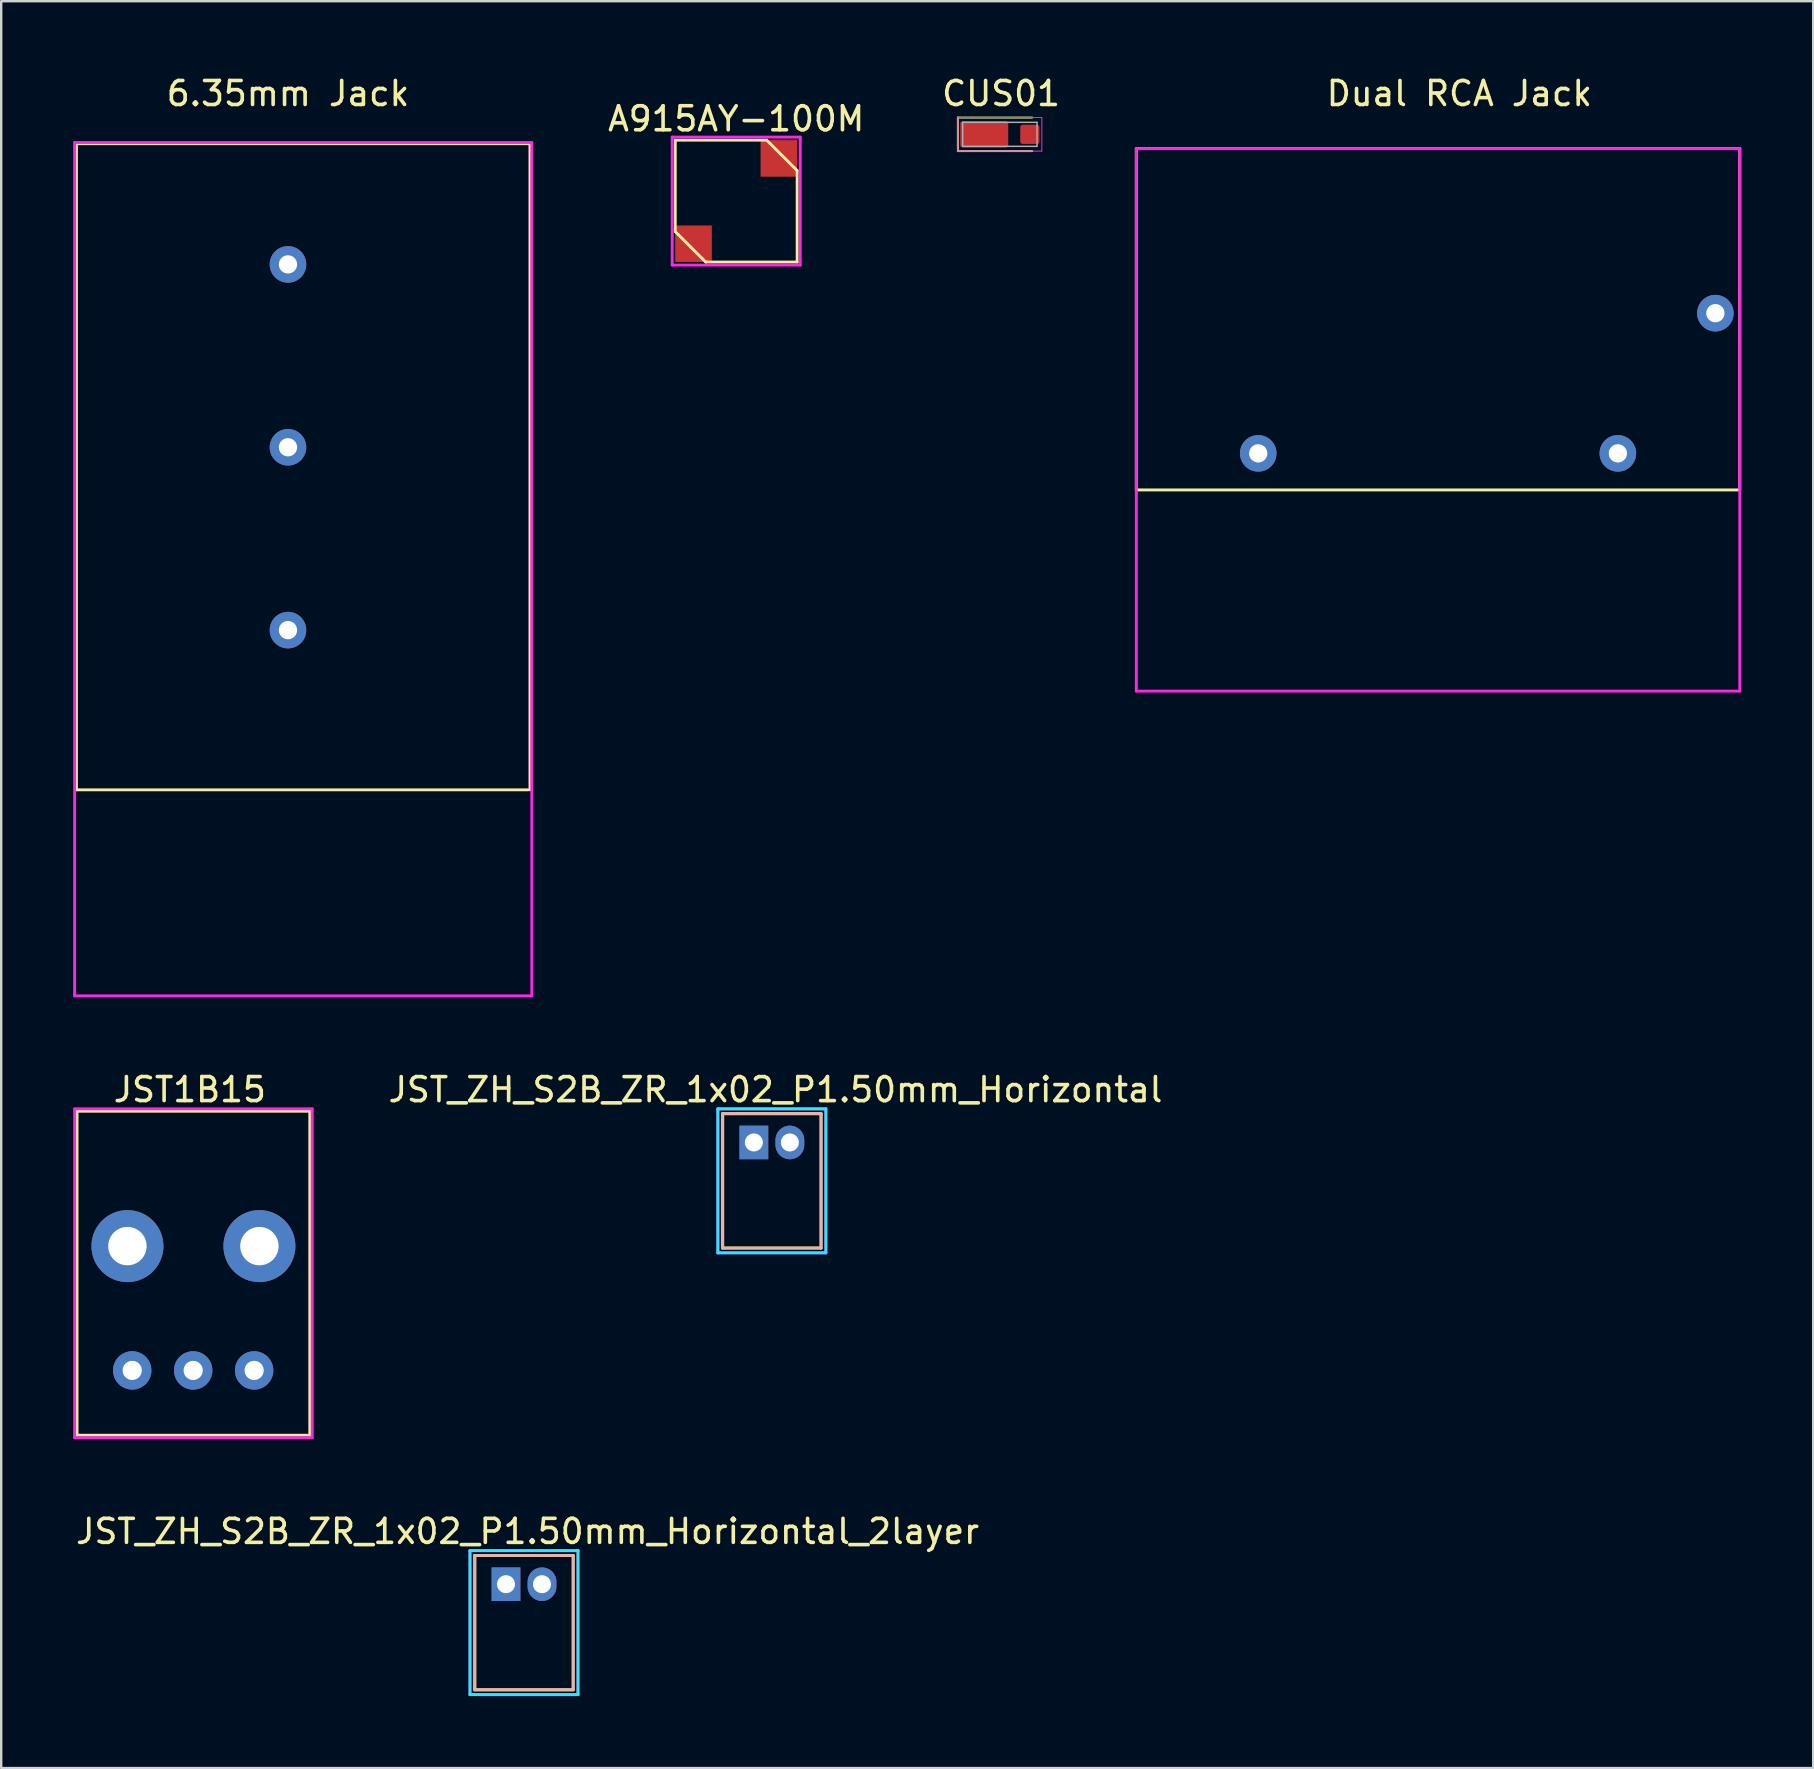
<source format=kicad_pcb>
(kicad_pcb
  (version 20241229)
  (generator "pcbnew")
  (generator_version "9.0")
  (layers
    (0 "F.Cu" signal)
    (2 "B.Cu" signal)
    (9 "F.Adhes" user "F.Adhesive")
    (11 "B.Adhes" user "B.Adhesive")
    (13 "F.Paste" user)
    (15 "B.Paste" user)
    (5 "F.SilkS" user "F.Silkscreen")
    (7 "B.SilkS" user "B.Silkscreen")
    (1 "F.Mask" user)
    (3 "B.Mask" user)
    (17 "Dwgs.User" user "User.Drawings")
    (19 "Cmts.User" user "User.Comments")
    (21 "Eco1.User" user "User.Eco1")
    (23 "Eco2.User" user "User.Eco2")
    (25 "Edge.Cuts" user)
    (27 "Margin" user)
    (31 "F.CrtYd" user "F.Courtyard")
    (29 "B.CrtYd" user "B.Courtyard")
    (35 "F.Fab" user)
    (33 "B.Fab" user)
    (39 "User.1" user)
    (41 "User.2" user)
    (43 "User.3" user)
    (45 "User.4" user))
  (footprint "6.35mm Jack"
    (layer "F.Cu")
    (at 8.95 0.348)
    (property "Reference" "6.35mm Jack" (at 0 0.5 0) (layer "F.SilkS") (effects (font (size 1 1) (thickness 0.15))))
    (attr through_hole)
    (fp_line (start -8.814 29.515) (end -8.814 2.591) (stroke (width 0.12) (type solid)) (layer "F.SilkS"))
    (fp_line (start -8.763 2.591) (end 10.033 2.591) (stroke (width 0.12) (type solid)) (layer "F.SilkS"))
    (fp_line (start 10.008 29.515) (end -8.788 29.515) (stroke (width 0.12) (type solid)) (layer "F.SilkS"))
    (fp_line (start 10.084 2.591) (end 10.084 29.515) (stroke (width 0.12) (type solid)) (layer "F.SilkS"))
    (fp_line (start -8.89 2.54) (end -8.89 38.1) (stroke (width 0.12) (type solid)) (layer "F.CrtYd"))
    (fp_line (start -8.89 38.1) (end 10.16 38.1) (stroke (width 0.12) (type solid)) (layer "F.CrtYd"))
    (fp_line (start 10.16 2.54) (end -8.89 2.54) (stroke (width 0.12) (type solid)) (layer "F.CrtYd"))
    (fp_line (start 10.16 38.1) (end 10.16 2.54) (stroke (width 0.12) (type solid)) (layer "F.CrtYd"))
    (pad "R" thru_hole circle (at 0 15.24) (size 1.524 1.524) (drill 0.762) (layers "*.Cu" "*.Mask"))
    (pad "S" thru_hole circle (at 0 22.86) (size 1.524 1.524) (drill 0.762) (layers "*.Cu" "*.Mask"))
    (pad "T" thru_hole circle (at 0 7.62) (size 1.524 1.524) (drill 0.762) (layers "*.Cu" "*.Mask")))
  (footprint "CUS01"
    (layer "F.Cu")
    (at 38.464 2.448)
    (property "Reference" "CUS01" (at 0.2 -1.6 0) (layer "F.SilkS") (effects (font (size 1 1) (thickness 0.15))))
    (attr through_hole)
    (fp_line (start -1.6 -0.6) (end -1.6 0.8) (stroke (width 0.08) (type solid)) (layer "F.SilkS"))
    (fp_line (start -1.6 0.8) (end 1.5 0.8) (stroke (width 0.08) (type solid)) (layer "F.SilkS"))
    (fp_line (start 1.5 -0.6) (end -1.6 -0.6) (stroke (width 0.08) (type solid)) (layer "F.SilkS"))
    (fp_line (start -1.6 -0.6) (end -1.6 0.8) (stroke (width 0.04) (type solid)) (layer "F.CrtYd"))
    (fp_line (start -1.6 -0.6) (end 1.9 -0.6) (stroke (width 0.04) (type solid)) (layer "F.CrtYd"))
    (fp_line (start 1.9 -0.6) (end 1.9 0.8) (stroke (width 0.04) (type solid)) (layer "F.CrtYd"))
    (fp_line (start 1.9 0.8) (end -1.6 0.8) (stroke (width 0.04) (type solid)) (layer "F.CrtYd"))
    (fp_line (start -1.4 -0.4) (end 1.7 -0.4) (stroke (width 0.06) (type solid)) (layer "F.Fab"))
    (fp_line (start -1.4 0.6) (end -1.4 -0.4) (stroke (width 0.06) (type solid)) (layer "F.Fab"))
    (fp_line (start 1.7 -0.4) (end 1.7 0.6) (stroke (width 0.06) (type solid)) (layer "F.Fab"))
    (fp_line (start 1.7 0.6) (end -1.4 0.6) (stroke (width 0.06) (type solid)) (layer "F.Fab"))
    (pad "1" smd roundrect (at -0.5 0.1) (size 2 1.1) (layers "F.Cu" "F.Mask" "F.Paste") (roundrect_rratio 0.091))
    (pad "2" smd roundrect (at 1.4 0.1) (size 0.8 0.8) (layers "F.Cu" "F.Mask" "F.Paste") (roundrect_rratio 0.125)))
  (footprint "JST_ZH_S2B_ZR_1x02_P1.50mm_Horizontal_2layer"
    (layer "F.Cu")
    (at 16.535 61.565)
    (property "Reference" "JST_ZH_S2B_ZR_1x02_P1.50mm_Horizontal_2layer" (at 2.4 -0.8 0) (layer "F.SilkS") (effects (font (size 1 1) (thickness 0.15))))
    (attr through_hole)
    (fp_line (start 0.2 0.2) (end 0.2 5.8) (stroke (width 0.12) (type solid)) (layer "F.SilkS"))
    (fp_line (start 0.2 5.8) (end 4.3 5.8) (stroke (width 0.12) (type solid)) (layer "F.SilkS"))
    (fp_line (start 4.3 0.2) (end 0.2 0.2) (stroke (width 0.12) (type solid)) (layer "F.SilkS"))
    (fp_line (start 4.3 5.8) (end 4.3 0.2) (stroke (width 0.12) (type solid)) (layer "F.SilkS"))
    (fp_line (start 0.2 0.2) (end 0.2 5.8) (stroke (width 0.12) (type solid)) (layer "B.SilkS"))
    (fp_line (start 0.2 5.8) (end 4.3 5.8) (stroke (width 0.12) (type solid)) (layer "B.SilkS"))
    (fp_line (start 4.3 0.2) (end 0.2 0.2) (stroke (width 0.12) (type solid)) (layer "B.SilkS"))
    (fp_line (start 4.3 5.8) (end 4.3 0.2) (stroke (width 0.12) (type solid)) (layer "B.SilkS"))
    (fp_line (start 0 0) (end 4.5 0) (stroke (width 0.12) (type solid)) (layer "B.CrtYd"))
    (fp_line (start 0 6) (end 0 0) (stroke (width 0.12) (type solid)) (layer "B.CrtYd"))
    (fp_line (start 4.5 0) (end 4.5 6) (stroke (width 0.12) (type solid)) (layer "B.CrtYd"))
    (fp_line (start 4.5 6) (end 0 6) (stroke (width 0.12) (type solid)) (layer "B.CrtYd"))
    (fp_line (start 0 0) (end 4.5 0) (stroke (width 0.12) (type solid)) (layer "F.CrtYd"))
    (fp_line (start 0 6) (end 0 0) (stroke (width 0.12) (type solid)) (layer "F.CrtYd"))
    (fp_line (start 4.5 0) (end 4.5 6) (stroke (width 0.12) (type solid)) (layer "F.CrtYd"))
    (fp_line (start 4.5 6) (end 0 6) (stroke (width 0.12) (type solid)) (layer "F.CrtYd"))
    (pad "1" thru_hole rect (at 1.5 1.4) (size 1.2 1.4) (drill 0.75) (layers "*.Cu" "*.Mask"))
    (pad "2" thru_hole oval (at 3 1.4) (size 1.2 1.4) (drill 0.75) (layers "*.Cu" "*.Mask")))
  (footprint "Dual RCA Jack"
    (layer "F.Cu")
    (at 57.763 0.348)
    (property "Reference" "Dual RCA Jack" (at 0 0.5 0) (layer "F.SilkS") (effects (font (size 1 1) (thickness 0.15))))
    (attr through_hole)
    (fp_line (start -13.462 2.794) (end -13.462 17.018) (stroke (width 0.12) (type solid)) (layer "F.SilkS"))
    (fp_line (start -13.462 17.018) (end 11.684 17.018) (stroke (width 0.12) (type solid)) (layer "F.SilkS"))
    (fp_line (start 11.684 2.794) (end -13.462 2.794) (stroke (width 0.12) (type solid)) (layer "F.SilkS"))
    (fp_line (start 11.684 17.018) (end 11.684 2.794) (stroke (width 0.12) (type solid)) (layer "F.SilkS"))
    (fp_line (start -13.462 2.794) (end 11.684 2.794) (stroke (width 0.12) (type solid)) (layer "F.CrtYd"))
    (fp_line (start -13.462 25.4) (end -13.462 2.794) (stroke (width 0.12) (type solid)) (layer "F.CrtYd"))
    (fp_line (start 11.684 2.794) (end 11.684 25.4) (stroke (width 0.12) (type solid)) (layer "F.CrtYd"))
    (fp_line (start 11.684 25.4) (end -13.462 25.4) (stroke (width 0.12) (type solid)) (layer "F.CrtYd"))
    (pad "1" thru_hole circle (at -8.382 15.494) (size 1.524 1.524) (drill 0.762) (layers "*.Cu" "*.Mask"))
    (pad "2" thru_hole circle (at 6.604 15.494) (size 1.524 1.524) (drill 0.762) (layers "*.Cu" "*.Mask"))
    (pad "3" thru_hole circle (at 10.668 9.652) (size 1.524 1.524) (drill 0.762) (layers "*.Cu" "*.Mask")))
  (footprint "A915AY-100M"
    (layer "F.Cu")
    (at 27.628 0.25)
    (property "Reference" "A915AY-100M" (at 0 1.651 0) (layer "F.SilkS") (effects (font (size 1 1) (thickness 0.15))))
    (attr through_hole)
    (fp_line (start -2.54 2.54) (end 1.27 2.54) (stroke (width 0.12) (type solid)) (layer "F.SilkS"))
    (fp_line (start -2.54 6.35) (end -2.54 2.54) (stroke (width 0.12) (type solid)) (layer "F.SilkS"))
    (fp_line (start -2.413 6.477) (end -2.54 6.35) (stroke (width 0.12) (type solid)) (layer "F.SilkS"))
    (fp_line (start -1.905 6.985) (end -2.413 6.477) (stroke (width 0.12) (type solid)) (layer "F.SilkS"))
    (fp_line (start -1.905 6.985) (end -1.397 7.493) (stroke (width 0.12) (type solid)) (layer "F.SilkS"))
    (fp_line (start -1.27 7.62) (end -1.397 7.493) (stroke (width 0.12) (type solid)) (layer "F.SilkS"))
    (fp_line (start 1.27 2.54) (end 1.397 2.667) (stroke (width 0.12) (type solid)) (layer "F.SilkS"))
    (fp_line (start 1.905 3.175) (end 1.397 2.667) (stroke (width 0.12) (type solid)) (layer "F.SilkS"))
    (fp_line (start 1.905 3.175) (end 2.413 3.683) (stroke (width 0.12) (type solid)) (layer "F.SilkS"))
    (fp_line (start 2.413 3.683) (end 2.54 3.81) (stroke (width 0.12) (type solid)) (layer "F.SilkS"))
    (fp_line (start 2.54 3.81) (end 2.54 7.62) (stroke (width 0.12) (type solid)) (layer "F.SilkS"))
    (fp_line (start 2.54 7.62) (end -1.27 7.62) (stroke (width 0.12) (type solid)) (layer "F.SilkS"))
    (fp_line (start -2.667 2.413) (end 2.667 2.413) (stroke (width 0.12) (type solid)) (layer "F.CrtYd"))
    (fp_line (start -2.667 7.747) (end -2.667 2.413) (stroke (width 0.12) (type solid)) (layer "F.CrtYd"))
    (fp_line (start 2.667 2.413) (end 2.667 7.747) (stroke (width 0.12) (type solid)) (layer "F.CrtYd"))
    (fp_line (start 2.667 7.747) (end -2.667 7.747) (stroke (width 0.12) (type solid)) (layer "F.CrtYd"))
    (pad "1" smd rect (at -1.778 6.858) (size 1.524 1.524) (layers "F.Cu" "F.Mask" "F.Paste"))
    (pad "2" smd rect (at 1.778 3.302) (size 1.524 1.524) (layers "F.Cu" "F.Mask" "F.Paste")))
  (footprint "JST1B15"
    (layer "F.Cu")
    (at 2.46 54.056)
    (property "Reference" "JST1B15" (at 2.4 -11.7 0) (layer "F.SilkS") (effects (font (size 1 1) (thickness 0.15))))
    (attr through_hole)
    (fp_line (start -2.3 -10.8) (end -2.3 2.7) (stroke (width 0.12) (type solid)) (layer "F.SilkS"))
    (fp_line (start -2.3 -10.8) (end 7.4 -10.8) (stroke (width 0.12) (type solid)) (layer "F.SilkS"))
    (fp_line (start -2.3 2.7) (end 7.4 2.7) (stroke (width 0.12) (type solid)) (layer "F.SilkS"))
    (fp_line (start 7.4 2.7) (end 7.4 -10.8) (stroke (width 0.12) (type solid)) (layer "F.SilkS"))
    (fp_line (start -2.4 -10.9) (end 7.5 -10.9) (stroke (width 0.12) (type solid)) (layer "F.CrtYd"))
    (fp_line (start -2.4 2.8) (end -2.4 -10.9) (stroke (width 0.12) (type solid)) (layer "F.CrtYd"))
    (fp_line (start 7.5 -10.9) (end 7.5 2.8) (stroke (width 0.12) (type solid)) (layer "F.CrtYd"))
    (fp_line (start 7.5 2.8) (end -2.4 2.8) (stroke (width 0.12) (type solid)) (layer "F.CrtYd"))
    (pad "" thru_hole circle (at -0.2 -5.18) (size 3 3) (drill 1.6) (layers "*.Cu" "*.Mask"))
    (pad "" thru_hole circle (at 5.3 -5.18) (size 3 3) (drill 1.6) (layers "*.Cu" "*.Mask"))
    (pad "1" thru_hole circle (at 0 0) (size 1.6 1.6) (drill 0.8) (layers "*.Cu" "*.Mask"))
    (pad "2" thru_hole circle (at 2.54 0) (size 1.6 1.6) (drill 0.8) (layers "*.Cu" "*.Mask"))
    (pad "3" thru_hole circle (at 5.08 0) (size 1.6 1.6) (drill 0.8) (layers "*.Cu" "*.Mask")))
  (footprint "JST_ZH_S2B_ZR_1x02_P1.50mm_Horizontal"
    (layer "F.Cu")
    (at 26.864 43.157)
    (property "Reference" "JST_ZH_S2B_ZR_1x02_P1.50mm_Horizontal" (at 2.4 -0.8 0) (layer "F.SilkS") (effects (font (size 1 1) (thickness 0.15))))
    (attr through_hole)
    (fp_line (start 0.2 0.2) (end 0.2 5.8) (stroke (width 0.12) (type solid)) (layer "F.SilkS"))
    (fp_line (start 0.2 5.8) (end 4.3 5.8) (stroke (width 0.12) (type solid)) (layer "F.SilkS"))
    (fp_line (start 4.3 0.2) (end 0.2 0.2) (stroke (width 0.12) (type solid)) (layer "F.SilkS"))
    (fp_line (start 4.3 5.8) (end 4.3 0.2) (stroke (width 0.12) (type solid)) (layer "F.SilkS"))
    (fp_line (start 0.2 0.2) (end 0.2 5.8) (stroke (width 0.12) (type solid)) (layer "B.SilkS"))
    (fp_line (start 0.2 5.8) (end 4.3 5.8) (stroke (width 0.12) (type solid)) (layer "B.SilkS"))
    (fp_line (start 4.3 0.2) (end 0.2 0.2) (stroke (width 0.12) (type solid)) (layer "B.SilkS"))
    (fp_line (start 4.3 5.8) (end 4.3 0.2) (stroke (width 0.12) (type solid)) (layer "B.SilkS"))
    (fp_line (start 0 0) (end 4.5 0) (stroke (width 0.12) (type solid)) (layer "B.CrtYd"))
    (fp_line (start 0 6) (end 0 0) (stroke (width 0.12) (type solid)) (layer "B.CrtYd"))
    (fp_line (start 4.5 0) (end 4.5 6) (stroke (width 0.12) (type solid)) (layer "B.CrtYd"))
    (fp_line (start 4.5 6) (end 0 6) (stroke (width 0.12) (type solid)) (layer "B.CrtYd"))
    (fp_line (start 0 0) (end 4.5 0) (stroke (width 0.12) (type solid)) (layer "F.CrtYd"))
    (fp_line (start 0 6) (end 0 0) (stroke (width 0.12) (type solid)) (layer "F.CrtYd"))
    (fp_line (start 4.5 0) (end 4.5 6) (stroke (width 0.12) (type solid)) (layer "F.CrtYd"))
    (fp_line (start 4.5 6) (end 0 6) (stroke (width 0.12) (type solid)) (layer "F.CrtYd"))
    (pad "1" thru_hole rect (at 1.5 1.4) (size 1.2 1.4) (drill 0.75) (layers "B.Cu" "B.Mask"))
    (pad "2" thru_hole oval (at 3 1.4) (size 1.2 1.4) (drill 0.75) (layers "B.Cu" "B.Mask")))
  (gr_rect
    (start -3 -3)
    (end 72.507 70.625)
    (stroke (width 0.1) (type default))
    (fill no)
    (layer "Edge.Cuts")))
</source>
